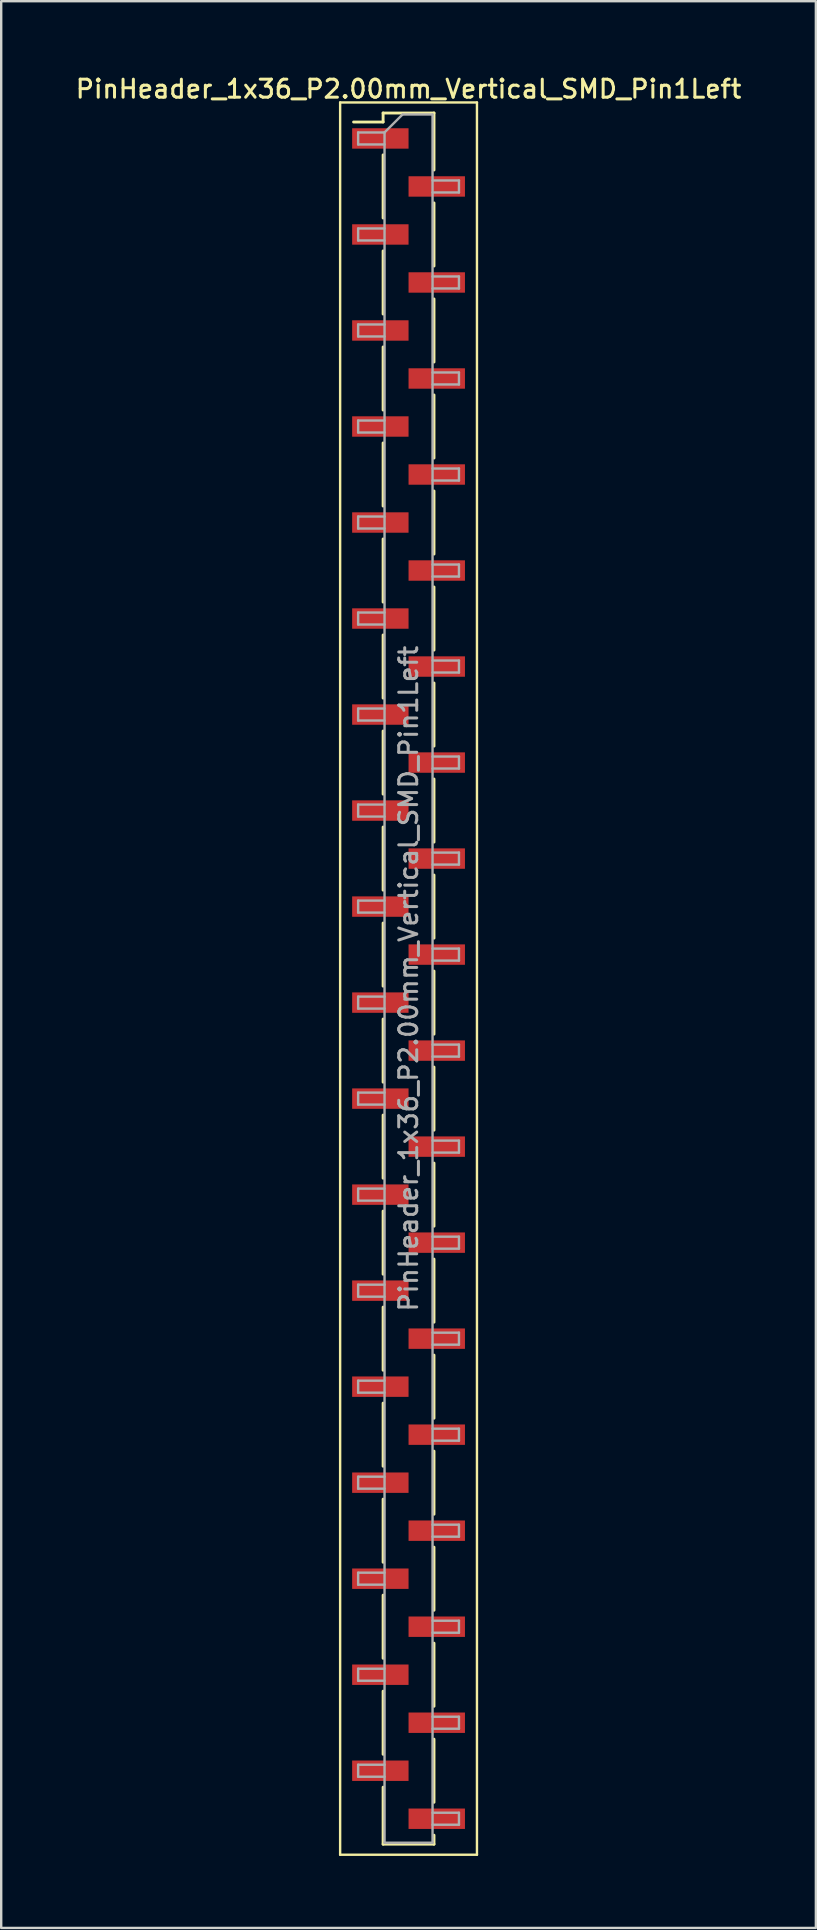
<source format=kicad_pcb>
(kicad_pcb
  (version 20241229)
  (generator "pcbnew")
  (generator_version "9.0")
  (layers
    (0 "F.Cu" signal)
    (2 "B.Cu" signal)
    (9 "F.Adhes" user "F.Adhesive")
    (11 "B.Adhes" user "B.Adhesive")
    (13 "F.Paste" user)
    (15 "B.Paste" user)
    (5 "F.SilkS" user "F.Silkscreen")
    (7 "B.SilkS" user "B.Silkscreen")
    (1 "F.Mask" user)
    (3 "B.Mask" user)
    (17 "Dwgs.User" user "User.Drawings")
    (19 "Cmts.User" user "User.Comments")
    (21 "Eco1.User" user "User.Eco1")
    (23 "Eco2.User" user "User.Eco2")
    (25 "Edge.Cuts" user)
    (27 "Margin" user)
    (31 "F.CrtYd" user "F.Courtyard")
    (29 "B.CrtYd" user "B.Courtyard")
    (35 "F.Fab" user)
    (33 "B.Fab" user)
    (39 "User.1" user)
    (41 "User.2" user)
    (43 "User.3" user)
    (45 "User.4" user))
  (footprint "PinHeader_1x36_P2.00mm_Vertical_SMD_Pin1Left"
    (layer "F.Cu")
    (at 13.97 37.718)
    (property "Reference" "PinHeader_1x36_P2.00mm_Vertical_SMD_Pin1Left" (at 0 -37.06 0) (layer "F.SilkS") (effects (font (size 0.75 0.75) (thickness 0.125))))
    (attr smd)
    (fp_line (start -2.85 -36.5) (end -2.85 36.5) (stroke (width 0.1) (type solid)) (layer "F.SilkS"))
    (fp_line (start -2.85 36.5) (end 2.85 36.5) (stroke (width 0.1) (type solid)) (layer "F.SilkS"))
    (fp_line (start -1.06 -36.06) (end -1.06 -35.685) (stroke (width 0.12) (type solid)) (layer "F.SilkS"))
    (fp_line (start -1.06 -36.06) (end 1.06 -36.06) (stroke (width 0.12) (type solid)) (layer "F.SilkS"))
    (fp_line (start -1.06 -35.685) (end -2.29 -35.685) (stroke (width 0.12) (type solid)) (layer "F.SilkS"))
    (fp_line (start -1.06 -34.315) (end -1.06 -31.685) (stroke (width 0.12) (type solid)) (layer "F.SilkS"))
    (fp_line (start -1.06 -30.315) (end -1.06 -27.685) (stroke (width 0.12) (type solid)) (layer "F.SilkS"))
    (fp_line (start -1.06 -26.315) (end -1.06 -23.685) (stroke (width 0.12) (type solid)) (layer "F.SilkS"))
    (fp_line (start -1.06 -22.315) (end -1.06 -19.685) (stroke (width 0.12) (type solid)) (layer "F.SilkS"))
    (fp_line (start -1.06 -18.315) (end -1.06 -15.685) (stroke (width 0.12) (type solid)) (layer "F.SilkS"))
    (fp_line (start -1.06 -14.315) (end -1.06 -11.685) (stroke (width 0.12) (type solid)) (layer "F.SilkS"))
    (fp_line (start -1.06 -10.315) (end -1.06 -7.685) (stroke (width 0.12) (type solid)) (layer "F.SilkS"))
    (fp_line (start -1.06 -6.315) (end -1.06 -3.685) (stroke (width 0.12) (type solid)) (layer "F.SilkS"))
    (fp_line (start -1.06 -2.315) (end -1.06 0.315) (stroke (width 0.12) (type solid)) (layer "F.SilkS"))
    (fp_line (start -1.06 1.685) (end -1.06 4.315) (stroke (width 0.12) (type solid)) (layer "F.SilkS"))
    (fp_line (start -1.06 5.685) (end -1.06 8.315) (stroke (width 0.12) (type solid)) (layer "F.SilkS"))
    (fp_line (start -1.06 9.685) (end -1.06 12.315) (stroke (width 0.12) (type solid)) (layer "F.SilkS"))
    (fp_line (start -1.06 13.685) (end -1.06 16.315) (stroke (width 0.12) (type solid)) (layer "F.SilkS"))
    (fp_line (start -1.06 17.685) (end -1.06 20.315) (stroke (width 0.12) (type solid)) (layer "F.SilkS"))
    (fp_line (start -1.06 21.685) (end -1.06 24.315) (stroke (width 0.12) (type solid)) (layer "F.SilkS"))
    (fp_line (start -1.06 25.685) (end -1.06 28.315) (stroke (width 0.12) (type solid)) (layer "F.SilkS"))
    (fp_line (start -1.06 29.685) (end -1.06 32.315) (stroke (width 0.12) (type solid)) (layer "F.SilkS"))
    (fp_line (start -1.06 33.685) (end -1.06 36.06) (stroke (width 0.12) (type solid)) (layer "F.SilkS"))
    (fp_line (start -1.06 36.06) (end 1.06 36.06) (stroke (width 0.12) (type solid)) (layer "F.SilkS"))
    (fp_line (start 1.06 -36.06) (end 1.06 -33.685) (stroke (width 0.12) (type solid)) (layer "F.SilkS"))
    (fp_line (start 1.06 -32.315) (end 1.06 -29.685) (stroke (width 0.12) (type solid)) (layer "F.SilkS"))
    (fp_line (start 1.06 -28.315) (end 1.06 -25.685) (stroke (width 0.12) (type solid)) (layer "F.SilkS"))
    (fp_line (start 1.06 -24.315) (end 1.06 -21.685) (stroke (width 0.12) (type solid)) (layer "F.SilkS"))
    (fp_line (start 1.06 -20.315) (end 1.06 -17.685) (stroke (width 0.12) (type solid)) (layer "F.SilkS"))
    (fp_line (start 1.06 -16.315) (end 1.06 -13.685) (stroke (width 0.12) (type solid)) (layer "F.SilkS"))
    (fp_line (start 1.06 -12.315) (end 1.06 -9.685) (stroke (width 0.12) (type solid)) (layer "F.SilkS"))
    (fp_line (start 1.06 -8.315) (end 1.06 -5.685) (stroke (width 0.12) (type solid)) (layer "F.SilkS"))
    (fp_line (start 1.06 -4.315) (end 1.06 -1.685) (stroke (width 0.12) (type solid)) (layer "F.SilkS"))
    (fp_line (start 1.06 -0.315) (end 1.06 2.315) (stroke (width 0.12) (type solid)) (layer "F.SilkS"))
    (fp_line (start 1.06 3.685) (end 1.06 6.315) (stroke (width 0.12) (type solid)) (layer "F.SilkS"))
    (fp_line (start 1.06 7.685) (end 1.06 10.315) (stroke (width 0.12) (type solid)) (layer "F.SilkS"))
    (fp_line (start 1.06 11.685) (end 1.06 14.315) (stroke (width 0.12) (type solid)) (layer "F.SilkS"))
    (fp_line (start 1.06 15.685) (end 1.06 18.315) (stroke (width 0.12) (type solid)) (layer "F.SilkS"))
    (fp_line (start 1.06 19.685) (end 1.06 22.315) (stroke (width 0.12) (type solid)) (layer "F.SilkS"))
    (fp_line (start 1.06 23.685) (end 1.06 26.315) (stroke (width 0.12) (type solid)) (layer "F.SilkS"))
    (fp_line (start 1.06 27.685) (end 1.06 30.315) (stroke (width 0.12) (type solid)) (layer "F.SilkS"))
    (fp_line (start 1.06 31.685) (end 1.06 34.315) (stroke (width 0.12) (type solid)) (layer "F.SilkS"))
    (fp_line (start 1.06 35.685) (end 1.06 36.06) (stroke (width 0.12) (type solid)) (layer "F.SilkS"))
    (fp_line (start 2.85 -36.5) (end -2.85 -36.5) (stroke (width 0.1) (type solid)) (layer "F.SilkS"))
    (fp_line (start 2.85 36.5) (end 2.85 -36.5) (stroke (width 0.1) (type solid)) (layer "F.SilkS"))
    (fp_line (start -2.1 -35.25) (end -2.1 -34.75) (stroke (width 0.1) (type solid)) (layer "F.Fab"))
    (fp_line (start -2.1 -34.75) (end -1 -34.75) (stroke (width 0.1) (type solid)) (layer "F.Fab"))
    (fp_line (start -2.1 -31.25) (end -2.1 -30.75) (stroke (width 0.1) (type solid)) (layer "F.Fab"))
    (fp_line (start -2.1 -30.75) (end -1 -30.75) (stroke (width 0.1) (type solid)) (layer "F.Fab"))
    (fp_line (start -2.1 -27.25) (end -2.1 -26.75) (stroke (width 0.1) (type solid)) (layer "F.Fab"))
    (fp_line (start -2.1 -26.75) (end -1 -26.75) (stroke (width 0.1) (type solid)) (layer "F.Fab"))
    (fp_line (start -2.1 -23.25) (end -2.1 -22.75) (stroke (width 0.1) (type solid)) (layer "F.Fab"))
    (fp_line (start -2.1 -22.75) (end -1 -22.75) (stroke (width 0.1) (type solid)) (layer "F.Fab"))
    (fp_line (start -2.1 -19.25) (end -2.1 -18.75) (stroke (width 0.1) (type solid)) (layer "F.Fab"))
    (fp_line (start -2.1 -18.75) (end -1 -18.75) (stroke (width 0.1) (type solid)) (layer "F.Fab"))
    (fp_line (start -2.1 -15.25) (end -2.1 -14.75) (stroke (width 0.1) (type solid)) (layer "F.Fab"))
    (fp_line (start -2.1 -14.75) (end -1 -14.75) (stroke (width 0.1) (type solid)) (layer "F.Fab"))
    (fp_line (start -2.1 -11.25) (end -2.1 -10.75) (stroke (width 0.1) (type solid)) (layer "F.Fab"))
    (fp_line (start -2.1 -10.75) (end -1 -10.75) (stroke (width 0.1) (type solid)) (layer "F.Fab"))
    (fp_line (start -2.1 -7.25) (end -2.1 -6.75) (stroke (width 0.1) (type solid)) (layer "F.Fab"))
    (fp_line (start -2.1 -6.75) (end -1 -6.75) (stroke (width 0.1) (type solid)) (layer "F.Fab"))
    (fp_line (start -2.1 -3.25) (end -2.1 -2.75) (stroke (width 0.1) (type solid)) (layer "F.Fab"))
    (fp_line (start -2.1 -2.75) (end -1 -2.75) (stroke (width 0.1) (type solid)) (layer "F.Fab"))
    (fp_line (start -2.1 0.75) (end -2.1 1.25) (stroke (width 0.1) (type solid)) (layer "F.Fab"))
    (fp_line (start -2.1 1.25) (end -1 1.25) (stroke (width 0.1) (type solid)) (layer "F.Fab"))
    (fp_line (start -2.1 4.75) (end -2.1 5.25) (stroke (width 0.1) (type solid)) (layer "F.Fab"))
    (fp_line (start -2.1 5.25) (end -1 5.25) (stroke (width 0.1) (type solid)) (layer "F.Fab"))
    (fp_line (start -2.1 8.75) (end -2.1 9.25) (stroke (width 0.1) (type solid)) (layer "F.Fab"))
    (fp_line (start -2.1 9.25) (end -1 9.25) (stroke (width 0.1) (type solid)) (layer "F.Fab"))
    (fp_line (start -2.1 12.75) (end -2.1 13.25) (stroke (width 0.1) (type solid)) (layer "F.Fab"))
    (fp_line (start -2.1 13.25) (end -1 13.25) (stroke (width 0.1) (type solid)) (layer "F.Fab"))
    (fp_line (start -2.1 16.75) (end -2.1 17.25) (stroke (width 0.1) (type solid)) (layer "F.Fab"))
    (fp_line (start -2.1 17.25) (end -1 17.25) (stroke (width 0.1) (type solid)) (layer "F.Fab"))
    (fp_line (start -2.1 20.75) (end -2.1 21.25) (stroke (width 0.1) (type solid)) (layer "F.Fab"))
    (fp_line (start -2.1 21.25) (end -1 21.25) (stroke (width 0.1) (type solid)) (layer "F.Fab"))
    (fp_line (start -2.1 24.75) (end -2.1 25.25) (stroke (width 0.1) (type solid)) (layer "F.Fab"))
    (fp_line (start -2.1 25.25) (end -1 25.25) (stroke (width 0.1) (type solid)) (layer "F.Fab"))
    (fp_line (start -2.1 28.75) (end -2.1 29.25) (stroke (width 0.1) (type solid)) (layer "F.Fab"))
    (fp_line (start -2.1 29.25) (end -1 29.25) (stroke (width 0.1) (type solid)) (layer "F.Fab"))
    (fp_line (start -2.1 32.75) (end -2.1 33.25) (stroke (width 0.1) (type solid)) (layer "F.Fab"))
    (fp_line (start -2.1 33.25) (end -1 33.25) (stroke (width 0.1) (type solid)) (layer "F.Fab"))
    (fp_line (start -1 -35.25) (end -2.1 -35.25) (stroke (width 0.1) (type solid)) (layer "F.Fab"))
    (fp_line (start -1 -35.25) (end -0.25 -36) (stroke (width 0.1) (type solid)) (layer "F.Fab"))
    (fp_line (start -1 -31.25) (end -2.1 -31.25) (stroke (width 0.1) (type solid)) (layer "F.Fab"))
    (fp_line (start -1 -27.25) (end -2.1 -27.25) (stroke (width 0.1) (type solid)) (layer "F.Fab"))
    (fp_line (start -1 -23.25) (end -2.1 -23.25) (stroke (width 0.1) (type solid)) (layer "F.Fab"))
    (fp_line (start -1 -19.25) (end -2.1 -19.25) (stroke (width 0.1) (type solid)) (layer "F.Fab"))
    (fp_line (start -1 -15.25) (end -2.1 -15.25) (stroke (width 0.1) (type solid)) (layer "F.Fab"))
    (fp_line (start -1 -11.25) (end -2.1 -11.25) (stroke (width 0.1) (type solid)) (layer "F.Fab"))
    (fp_line (start -1 -7.25) (end -2.1 -7.25) (stroke (width 0.1) (type solid)) (layer "F.Fab"))
    (fp_line (start -1 -3.25) (end -2.1 -3.25) (stroke (width 0.1) (type solid)) (layer "F.Fab"))
    (fp_line (start -1 0.75) (end -2.1 0.75) (stroke (width 0.1) (type solid)) (layer "F.Fab"))
    (fp_line (start -1 4.75) (end -2.1 4.75) (stroke (width 0.1) (type solid)) (layer "F.Fab"))
    (fp_line (start -1 8.75) (end -2.1 8.75) (stroke (width 0.1) (type solid)) (layer "F.Fab"))
    (fp_line (start -1 12.75) (end -2.1 12.75) (stroke (width 0.1) (type solid)) (layer "F.Fab"))
    (fp_line (start -1 16.75) (end -2.1 16.75) (stroke (width 0.1) (type solid)) (layer "F.Fab"))
    (fp_line (start -1 20.75) (end -2.1 20.75) (stroke (width 0.1) (type solid)) (layer "F.Fab"))
    (fp_line (start -1 24.75) (end -2.1 24.75) (stroke (width 0.1) (type solid)) (layer "F.Fab"))
    (fp_line (start -1 28.75) (end -2.1 28.75) (stroke (width 0.1) (type solid)) (layer "F.Fab"))
    (fp_line (start -1 32.75) (end -2.1 32.75) (stroke (width 0.1) (type solid)) (layer "F.Fab"))
    (fp_line (start -1 36) (end -1 -35.25) (stroke (width 0.1) (type solid)) (layer "F.Fab"))
    (fp_line (start -0.25 -36) (end 1 -36) (stroke (width 0.1) (type solid)) (layer "F.Fab"))
    (fp_line (start 1 -36) (end 1 36) (stroke (width 0.1) (type solid)) (layer "F.Fab"))
    (fp_line (start 1 -33.25) (end 2.1 -33.25) (stroke (width 0.1) (type solid)) (layer "F.Fab"))
    (fp_line (start 1 -29.25) (end 2.1 -29.25) (stroke (width 0.1) (type solid)) (layer "F.Fab"))
    (fp_line (start 1 -25.25) (end 2.1 -25.25) (stroke (width 0.1) (type solid)) (layer "F.Fab"))
    (fp_line (start 1 -21.25) (end 2.1 -21.25) (stroke (width 0.1) (type solid)) (layer "F.Fab"))
    (fp_line (start 1 -17.25) (end 2.1 -17.25) (stroke (width 0.1) (type solid)) (layer "F.Fab"))
    (fp_line (start 1 -13.25) (end 2.1 -13.25) (stroke (width 0.1) (type solid)) (layer "F.Fab"))
    (fp_line (start 1 -9.25) (end 2.1 -9.25) (stroke (width 0.1) (type solid)) (layer "F.Fab"))
    (fp_line (start 1 -5.25) (end 2.1 -5.25) (stroke (width 0.1) (type solid)) (layer "F.Fab"))
    (fp_line (start 1 -1.25) (end 2.1 -1.25) (stroke (width 0.1) (type solid)) (layer "F.Fab"))
    (fp_line (start 1 2.75) (end 2.1 2.75) (stroke (width 0.1) (type solid)) (layer "F.Fab"))
    (fp_line (start 1 6.75) (end 2.1 6.75) (stroke (width 0.1) (type solid)) (layer "F.Fab"))
    (fp_line (start 1 10.75) (end 2.1 10.75) (stroke (width 0.1) (type solid)) (layer "F.Fab"))
    (fp_line (start 1 14.75) (end 2.1 14.75) (stroke (width 0.1) (type solid)) (layer "F.Fab"))
    (fp_line (start 1 18.75) (end 2.1 18.75) (stroke (width 0.1) (type solid)) (layer "F.Fab"))
    (fp_line (start 1 22.75) (end 2.1 22.75) (stroke (width 0.1) (type solid)) (layer "F.Fab"))
    (fp_line (start 1 26.75) (end 2.1 26.75) (stroke (width 0.1) (type solid)) (layer "F.Fab"))
    (fp_line (start 1 30.75) (end 2.1 30.75) (stroke (width 0.1) (type solid)) (layer "F.Fab"))
    (fp_line (start 1 34.75) (end 2.1 34.75) (stroke (width 0.1) (type solid)) (layer "F.Fab"))
    (fp_line (start 1 36) (end -1 36) (stroke (width 0.1) (type solid)) (layer "F.Fab"))
    (fp_line (start 2.1 -33.25) (end 2.1 -32.75) (stroke (width 0.1) (type solid)) (layer "F.Fab"))
    (fp_line (start 2.1 -32.75) (end 1 -32.75) (stroke (width 0.1) (type solid)) (layer "F.Fab"))
    (fp_line (start 2.1 -29.25) (end 2.1 -28.75) (stroke (width 0.1) (type solid)) (layer "F.Fab"))
    (fp_line (start 2.1 -28.75) (end 1 -28.75) (stroke (width 0.1) (type solid)) (layer "F.Fab"))
    (fp_line (start 2.1 -25.25) (end 2.1 -24.75) (stroke (width 0.1) (type solid)) (layer "F.Fab"))
    (fp_line (start 2.1 -24.75) (end 1 -24.75) (stroke (width 0.1) (type solid)) (layer "F.Fab"))
    (fp_line (start 2.1 -21.25) (end 2.1 -20.75) (stroke (width 0.1) (type solid)) (layer "F.Fab"))
    (fp_line (start 2.1 -20.75) (end 1 -20.75) (stroke (width 0.1) (type solid)) (layer "F.Fab"))
    (fp_line (start 2.1 -17.25) (end 2.1 -16.75) (stroke (width 0.1) (type solid)) (layer "F.Fab"))
    (fp_line (start 2.1 -16.75) (end 1 -16.75) (stroke (width 0.1) (type solid)) (layer "F.Fab"))
    (fp_line (start 2.1 -13.25) (end 2.1 -12.75) (stroke (width 0.1) (type solid)) (layer "F.Fab"))
    (fp_line (start 2.1 -12.75) (end 1 -12.75) (stroke (width 0.1) (type solid)) (layer "F.Fab"))
    (fp_line (start 2.1 -9.25) (end 2.1 -8.75) (stroke (width 0.1) (type solid)) (layer "F.Fab"))
    (fp_line (start 2.1 -8.75) (end 1 -8.75) (stroke (width 0.1) (type solid)) (layer "F.Fab"))
    (fp_line (start 2.1 -5.25) (end 2.1 -4.75) (stroke (width 0.1) (type solid)) (layer "F.Fab"))
    (fp_line (start 2.1 -4.75) (end 1 -4.75) (stroke (width 0.1) (type solid)) (layer "F.Fab"))
    (fp_line (start 2.1 -1.25) (end 2.1 -0.75) (stroke (width 0.1) (type solid)) (layer "F.Fab"))
    (fp_line (start 2.1 -0.75) (end 1 -0.75) (stroke (width 0.1) (type solid)) (layer "F.Fab"))
    (fp_line (start 2.1 2.75) (end 2.1 3.25) (stroke (width 0.1) (type solid)) (layer "F.Fab"))
    (fp_line (start 2.1 3.25) (end 1 3.25) (stroke (width 0.1) (type solid)) (layer "F.Fab"))
    (fp_line (start 2.1 6.75) (end 2.1 7.25) (stroke (width 0.1) (type solid)) (layer "F.Fab"))
    (fp_line (start 2.1 7.25) (end 1 7.25) (stroke (width 0.1) (type solid)) (layer "F.Fab"))
    (fp_line (start 2.1 10.75) (end 2.1 11.25) (stroke (width 0.1) (type solid)) (layer "F.Fab"))
    (fp_line (start 2.1 11.25) (end 1 11.25) (stroke (width 0.1) (type solid)) (layer "F.Fab"))
    (fp_line (start 2.1 14.75) (end 2.1 15.25) (stroke (width 0.1) (type solid)) (layer "F.Fab"))
    (fp_line (start 2.1 15.25) (end 1 15.25) (stroke (width 0.1) (type solid)) (layer "F.Fab"))
    (fp_line (start 2.1 18.75) (end 2.1 19.25) (stroke (width 0.1) (type solid)) (layer "F.Fab"))
    (fp_line (start 2.1 19.25) (end 1 19.25) (stroke (width 0.1) (type solid)) (layer "F.Fab"))
    (fp_line (start 2.1 22.75) (end 2.1 23.25) (stroke (width 0.1) (type solid)) (layer "F.Fab"))
    (fp_line (start 2.1 23.25) (end 1 23.25) (stroke (width 0.1) (type solid)) (layer "F.Fab"))
    (fp_line (start 2.1 26.75) (end 2.1 27.25) (stroke (width 0.1) (type solid)) (layer "F.Fab"))
    (fp_line (start 2.1 27.25) (end 1 27.25) (stroke (width 0.1) (type solid)) (layer "F.Fab"))
    (fp_line (start 2.1 30.75) (end 2.1 31.25) (stroke (width 0.1) (type solid)) (layer "F.Fab"))
    (fp_line (start 2.1 31.25) (end 1 31.25) (stroke (width 0.1) (type solid)) (layer "F.Fab"))
    (fp_line (start 2.1 34.75) (end 2.1 35.25) (stroke (width 0.1) (type solid)) (layer "F.Fab"))
    (fp_line (start 2.1 35.25) (end 1 35.25) (stroke (width 0.1) (type solid)) (layer "F.Fab"))
    (fp_text user "${REFERENCE}" (at 0 0 90) (layer "F.Fab") (effects (font (size 0.75 0.75) (thickness 0.125))))
    (pad "1" smd rect (at -1.175 -35) (size 2.35 0.85) (layers "F.Cu" "F.Mask" "F.Paste"))
    (pad "2" smd rect (at 1.175 -33) (size 2.35 0.85) (layers "F.Cu" "F.Mask" "F.Paste"))
    (pad "3" smd rect (at -1.175 -31) (size 2.35 0.85) (layers "F.Cu" "F.Mask" "F.Paste"))
    (pad "4" smd rect (at 1.175 -29) (size 2.35 0.85) (layers "F.Cu" "F.Mask" "F.Paste"))
    (pad "5" smd rect (at -1.175 -27) (size 2.35 0.85) (layers "F.Cu" "F.Mask" "F.Paste"))
    (pad "6" smd rect (at 1.175 -25) (size 2.35 0.85) (layers "F.Cu" "F.Mask" "F.Paste"))
    (pad "7" smd rect (at -1.175 -23) (size 2.35 0.85) (layers "F.Cu" "F.Mask" "F.Paste"))
    (pad "8" smd rect (at 1.175 -21) (size 2.35 0.85) (layers "F.Cu" "F.Mask" "F.Paste"))
    (pad "9" smd rect (at -1.175 -19) (size 2.35 0.85) (layers "F.Cu" "F.Mask" "F.Paste"))
    (pad "10" smd rect (at 1.175 -17) (size 2.35 0.85) (layers "F.Cu" "F.Mask" "F.Paste"))
    (pad "11" smd rect (at -1.175 -15) (size 2.35 0.85) (layers "F.Cu" "F.Mask" "F.Paste"))
    (pad "12" smd rect (at 1.175 -13) (size 2.35 0.85) (layers "F.Cu" "F.Mask" "F.Paste"))
    (pad "13" smd rect (at -1.175 -11) (size 2.35 0.85) (layers "F.Cu" "F.Mask" "F.Paste"))
    (pad "14" smd rect (at 1.175 -9) (size 2.35 0.85) (layers "F.Cu" "F.Mask" "F.Paste"))
    (pad "15" smd rect (at -1.175 -7) (size 2.35 0.85) (layers "F.Cu" "F.Mask" "F.Paste"))
    (pad "16" smd rect (at 1.175 -5) (size 2.35 0.85) (layers "F.Cu" "F.Mask" "F.Paste"))
    (pad "17" smd rect (at -1.175 -3) (size 2.35 0.85) (layers "F.Cu" "F.Mask" "F.Paste"))
    (pad "18" smd rect (at 1.175 -1) (size 2.35 0.85) (layers "F.Cu" "F.Mask" "F.Paste"))
    (pad "19" smd rect (at -1.175 1) (size 2.35 0.85) (layers "F.Cu" "F.Mask" "F.Paste"))
    (pad "20" smd rect (at 1.175 3) (size 2.35 0.85) (layers "F.Cu" "F.Mask" "F.Paste"))
    (pad "21" smd rect (at -1.175 5) (size 2.35 0.85) (layers "F.Cu" "F.Mask" "F.Paste"))
    (pad "22" smd rect (at 1.175 7) (size 2.35 0.85) (layers "F.Cu" "F.Mask" "F.Paste"))
    (pad "23" smd rect (at -1.175 9) (size 2.35 0.85) (layers "F.Cu" "F.Mask" "F.Paste"))
    (pad "24" smd rect (at 1.175 11) (size 2.35 0.85) (layers "F.Cu" "F.Mask" "F.Paste"))
    (pad "25" smd rect (at -1.175 13) (size 2.35 0.85) (layers "F.Cu" "F.Mask" "F.Paste"))
    (pad "26" smd rect (at 1.175 15) (size 2.35 0.85) (layers "F.Cu" "F.Mask" "F.Paste"))
    (pad "27" smd rect (at -1.175 17) (size 2.35 0.85) (layers "F.Cu" "F.Mask" "F.Paste"))
    (pad "28" smd rect (at 1.175 19) (size 2.35 0.85) (layers "F.Cu" "F.Mask" "F.Paste"))
    (pad "29" smd rect (at -1.175 21) (size 2.35 0.85) (layers "F.Cu" "F.Mask" "F.Paste"))
    (pad "30" smd rect (at 1.175 23) (size 2.35 0.85) (layers "F.Cu" "F.Mask" "F.Paste"))
    (pad "31" smd rect (at -1.175 25) (size 2.35 0.85) (layers "F.Cu" "F.Mask" "F.Paste"))
    (pad "32" smd rect (at 1.175 27) (size 2.35 0.85) (layers "F.Cu" "F.Mask" "F.Paste"))
    (pad "33" smd rect (at -1.175 29) (size 2.35 0.85) (layers "F.Cu" "F.Mask" "F.Paste"))
    (pad "34" smd rect (at 1.175 31) (size 2.35 0.85) (layers "F.Cu" "F.Mask" "F.Paste"))
    (pad "35" smd rect (at -1.175 33) (size 2.35 0.85) (layers "F.Cu" "F.Mask" "F.Paste"))
    (pad "36" smd rect (at 1.175 35) (size 2.35 0.85) (layers "F.Cu" "F.Mask" "F.Paste")))
  (gr_rect
    (start -3 -3)
    (end 30.939 77.268)
    (stroke (width 0.1) (type default))
    (fill no)
    (layer "Edge.Cuts")))
</source>
